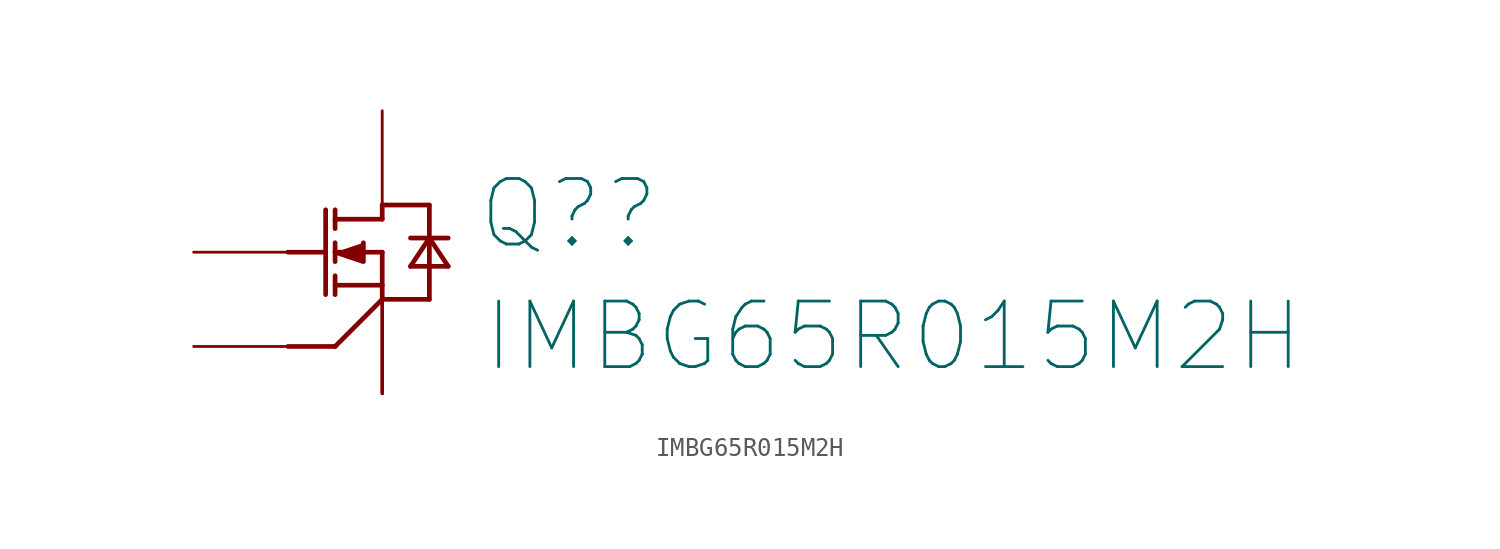
<source format=kicad_sym>
(kicad_symbol_lib
  (version 20231120)
  (generator "kicad_symbol_editor")
  (generator_version "8.0")
  (symbol "IMBG65R015M2H"
    (pin_numbers hide)
    (property "Reference" "Q?"
      (at 10.16 -2.54 0)
      (effects (font (size 3.531 3.531)) (justify left bottom)))
    (property "Value" "IMBG65R015M2H "
      (at 10.414 -9.144 0)
      (effects (font (size 3.531 3.531)) (justify left bottom)))
    (symbol "IMBG65R015M2H_1_0"
      (polyline (pts (xy 0 -2.54) (xy 2.032 -2.54)) (stroke (width 0.254) (type solid)) (fill (type none)))
      (polyline (pts (xy 2.032 -0.254) (xy 2.032 -4.826)) (stroke (width 0.254) (type solid)) (fill (type none)))
      (polyline (pts (xy 2.54 -7.62) (xy 0 -7.62)) (stroke (width 0.254) (type solid)) (fill (type none)))
      (polyline (pts (xy 2.54 -4.826) (xy 2.54 -3.81)) (stroke (width 0.254) (type solid)) (fill (type none)))
      (polyline (pts (xy 2.54 -3.048) (xy 2.54 -2.032)) (stroke (width 0.254) (type solid)) (fill (type none)))
      (polyline (pts (xy 2.54 -0.254) (xy 2.54 -1.27)) (stroke (width 0.254) (type solid)) (fill (type none)))
      (polyline (pts (xy 5.08 -5.08) (xy 2.54 -7.62)) (stroke (width 0.254) (type solid)) (fill (type none)))
      (polyline (pts (xy 5.08 -5.08) (xy 7.62 -5.08)) (stroke (width 0.254) (type solid)) (fill (type none)))
      (polyline (pts (xy 5.08 -4.318) (xy 2.54 -4.318)) (stroke (width 0.254) (type solid)) (fill (type none)))
      (polyline (pts (xy 5.08 -2.54) (xy 2.54 -2.54)) (stroke (width 0.254) (type solid)) (fill (type none)))
      (polyline (pts (xy 5.08 -2.54) (xy 5.08 -5.08)) (stroke (width 0.254) (type solid)) (fill (type none)))
      (polyline (pts (xy 5.08 -0.762) (xy 2.54 -0.762)) (stroke (width 0.254) (type solid)) (fill (type none)))
      (polyline (pts (xy 5.08 -0.762) (xy 5.08 0)) (stroke (width 0.254) (type solid)) (fill (type none)))
      (polyline (pts (xy 5.08 0) (xy 7.62 0)) (stroke (width 0.254) (type solid)) (fill (type none)))
      (polyline (pts (xy 6.604 -3.302) (xy 8.636 -3.302)) (stroke (width 0.254) (type solid)) (fill (type none)))
      (polyline (pts (xy 6.604 -1.778) (xy 8.636 -1.778)) (stroke (width 0.254) (type solid)) (fill (type none)))
      (polyline (pts (xy 7.62 -1.778) (xy 6.604 -3.302)) (stroke (width 0.254) (type solid)) (fill (type none)))
      (polyline (pts (xy 7.62 0) (xy 7.62 -5.08)) (stroke (width 0.254) (type solid)) (fill (type none)))
      (polyline (pts (xy 8.636 -3.302) (xy 7.62 -1.778)) (stroke (width 0.254) (type solid)) (fill (type none)))
      (polyline (pts (xy 2.54 -2.54) (xy 4.064 -3.048) (xy 4.064 -2.032)) (stroke (width 0.254) (type solid)) (fill (type outline)))
      (pin passive line (at -5.08 -2.54 0) (length 5.08) (name "GATE" (effects (font (size 0 0)))) (number "1" (effects (font (size 1.27 1.27)))))
      (pin passive line (at -5.08 -7.62 0) (length 5.08) (name "DRIVER_SOURCE" (effects (font (size 0 0)))) (number "2" (effects (font (size 1.27 1.27)))))
      (pin passive line (at 5.08 -10.16 90) (length 5.08) (name "POWER_SOURCE_1" (effects (font (size 0 0)))) (number "3" (effects (font (size 1.27 1.27)))))
      (pin passive line (at 5.08 -10.16 90) (length 5.08) (name "POWER_SOURCE_2" (effects (font (size 0 0)))) (number "4" (effects (font (size 1.27 1.27)))))
      (pin passive line (at 5.08 -10.16 90) (length 5.08) (name "POWER_SOURCE_3" (effects (font (size 0 0)))) (number "5" (effects (font (size 1.27 1.27)))))
      (pin passive line (at 5.08 -10.16 90) (length 5.08) (name "POWER_SOURCE_4" (effects (font (size 0 0)))) (number "6" (effects (font (size 1.27 1.27)))))
      (pin passive line (at 5.08 -10.16 90) (length 5.08) (name "POWER_SOURCE_5" (effects (font (size 0 0)))) (number "7" (effects (font (size 1.27 1.27)))))
      (pin passive line (at 5.08 5.08 270) (length 5.08) (name "DRAIN" (effects (font (size 0 0)))) (number "8" (effects (font (size 1.27 1.27))))))))
</source>
